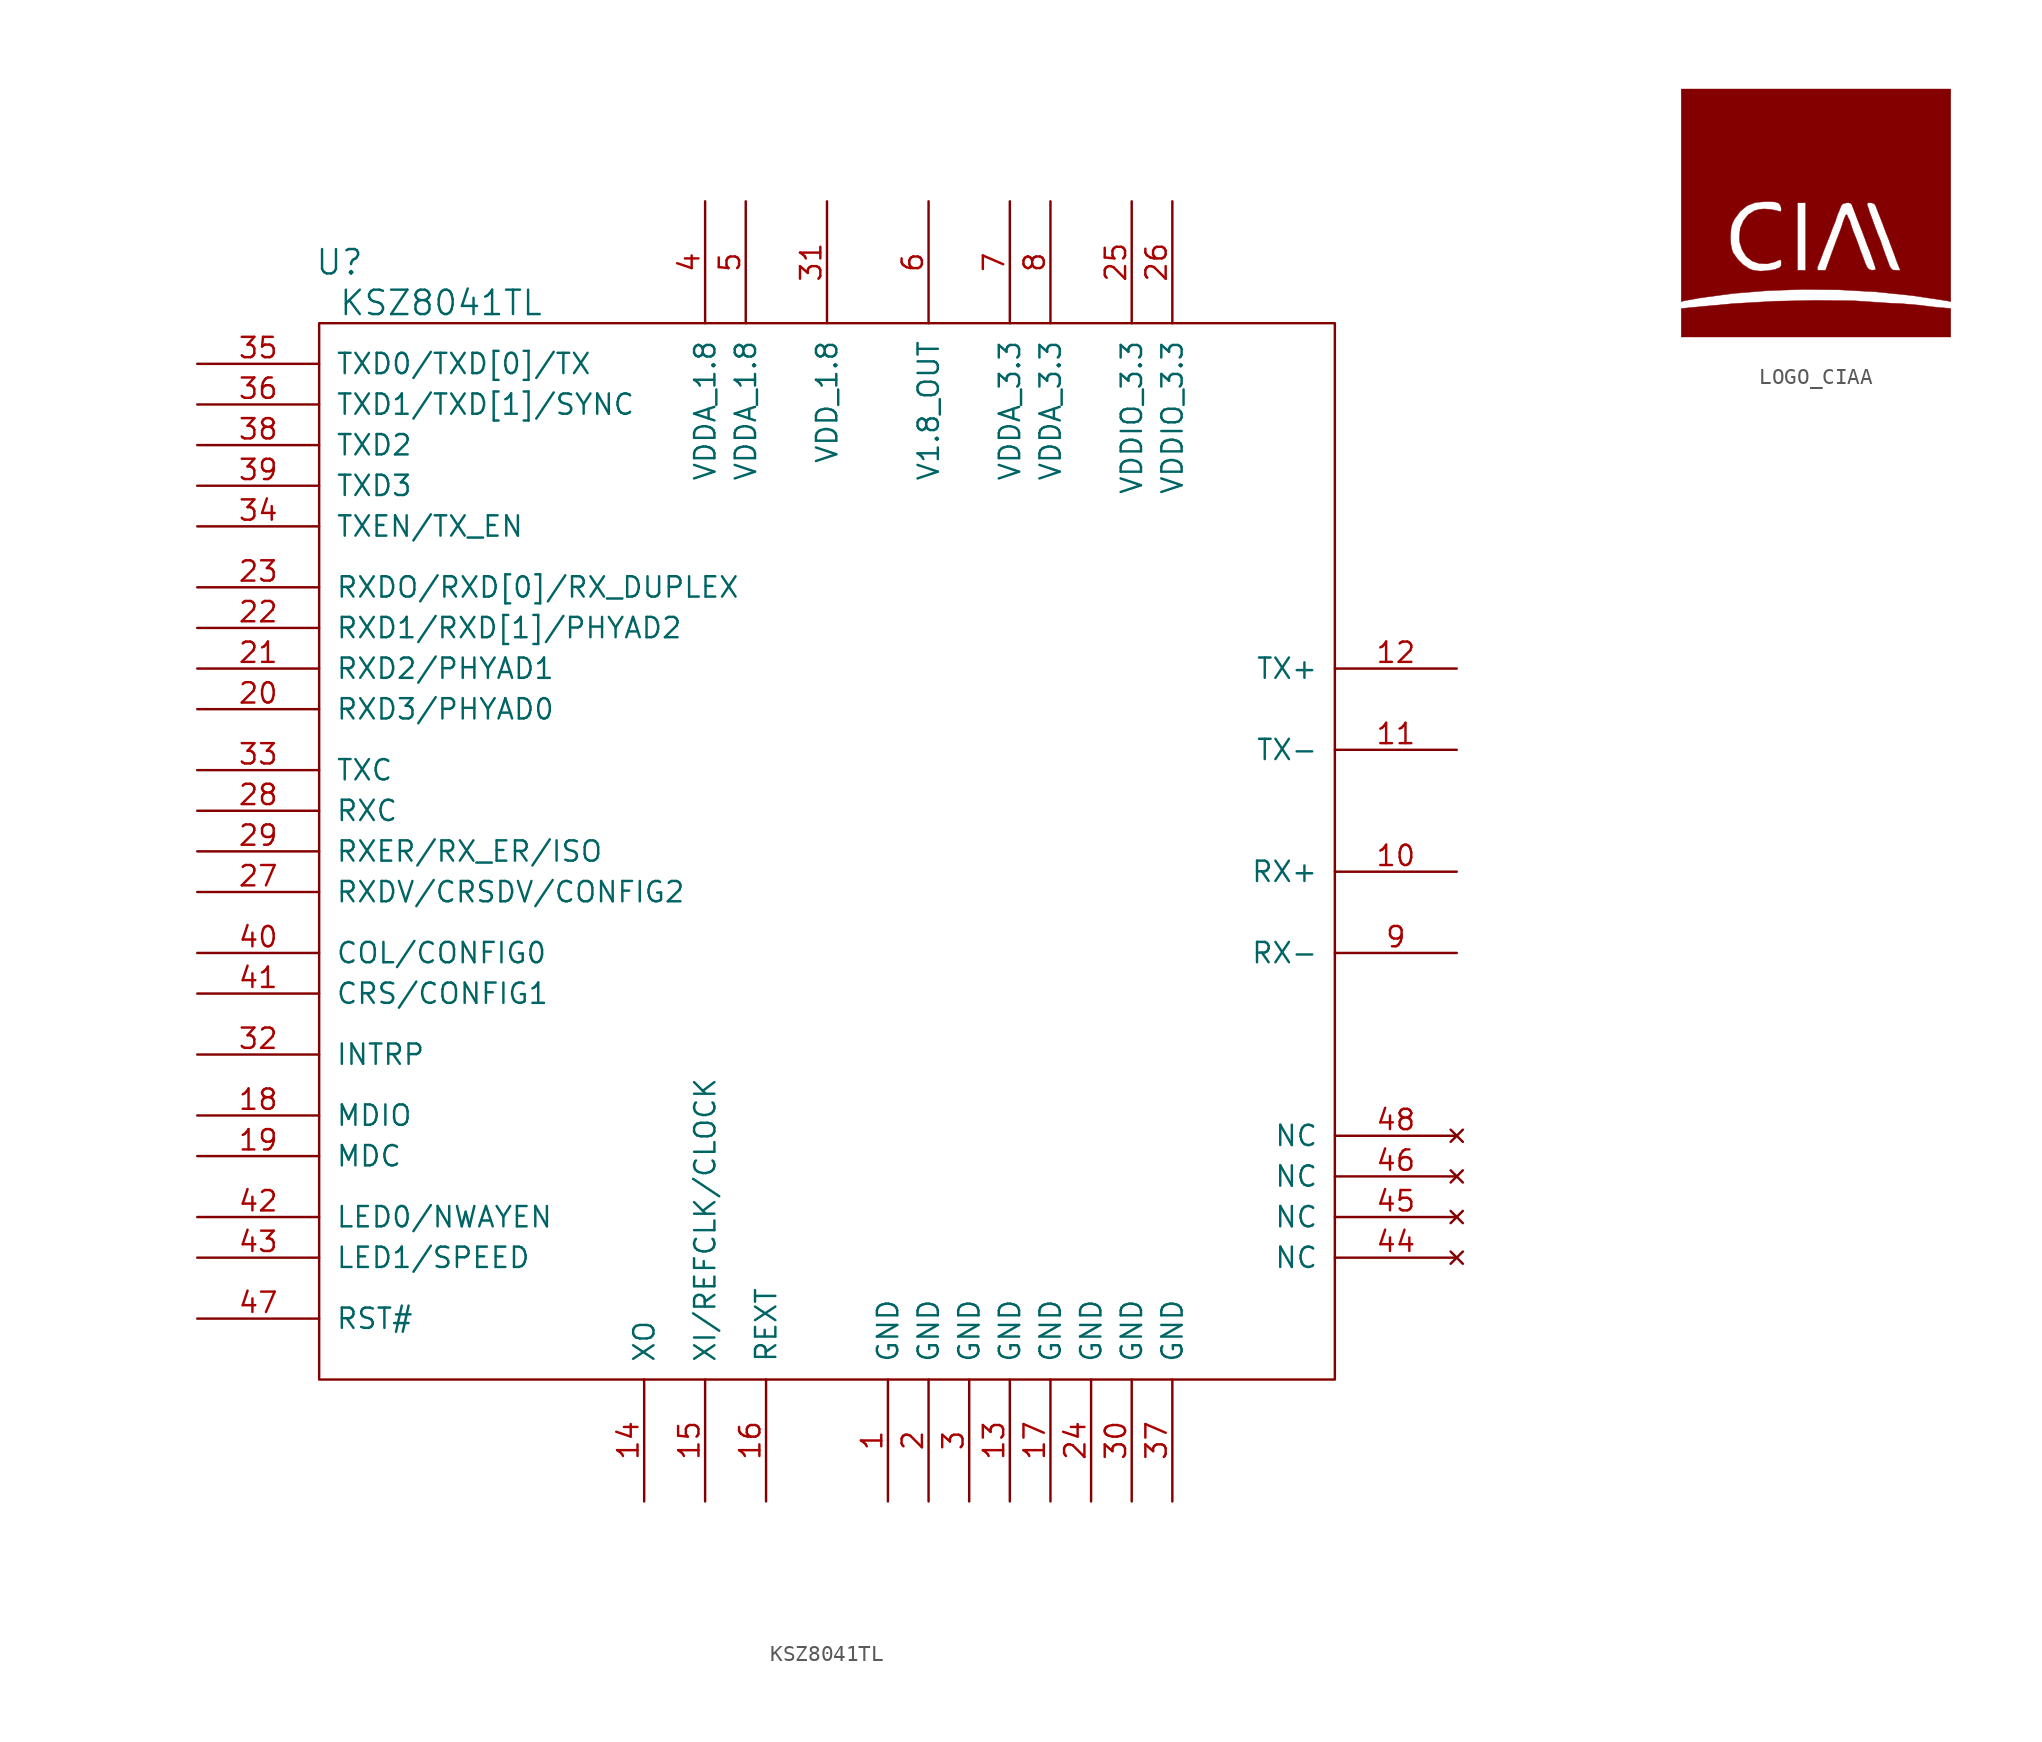
<source format=kicad_sym>
(kicad_symbol_lib
  (version 20231120)
  (generator "kicad_symbol_editor")
  (generator_version "8.0")
  (symbol "KSZ8041TL"
    (pin_names
      (offset 1.016))
    (property "Reference" "U"
      (at -24.13 20.32 0)
      (effects (font (size 1.524 1.524))))
    (property "Value" "KSZ8041TL"
      (at -17.78 17.78 0)
      (effects (font (size 1.524 1.524))))
    (property "Footprint" ""
      (at 0 0 0)
      (effects (font (size 1.524 1.524))))
    (property "Datasheet" ""
      (at 0 0 0)
      (effects (font (size 1.524 1.524))))
    (symbol "KSZ8041TL_0_1"
      (rectangle (start -25.4 16.51) (end 38.1 -49.53) (stroke (width 0) (type solid)) (fill (type none))))
    (symbol "KSZ8041TL_1_1"
      (pin power_in line (at 10.16 -57.15 90) (length 7.62) (name "GND" (effects (font (size 1.27 1.27)))) (number "1" (effects (font (size 1.27 1.27)))))
      (pin bidirectional line (at 45.72 -17.78 180) (length 7.62) (name "RX+" (effects (font (size 1.27 1.27)))) (number "10" (effects (font (size 1.27 1.27)))))
      (pin bidirectional line (at 45.72 -10.16 180) (length 7.62) (name "TX-" (effects (font (size 1.27 1.27)))) (number "11" (effects (font (size 1.27 1.27)))))
      (pin bidirectional line (at 45.72 -5.08 180) (length 7.62) (name "TX+" (effects (font (size 1.27 1.27)))) (number "12" (effects (font (size 1.27 1.27)))))
      (pin power_in line (at 17.78 -57.15 90) (length 7.62) (name "GND" (effects (font (size 1.27 1.27)))) (number "13" (effects (font (size 1.27 1.27)))))
      (pin output line (at -5.08 -57.15 90) (length 7.62) (name "XO" (effects (font (size 1.27 1.27)))) (number "14" (effects (font (size 1.27 1.27)))))
      (pin input line (at -1.27 -57.15 90) (length 7.62) (name "XI/REFCLK/CLOCK" (effects (font (size 1.27 1.27)))) (number "15" (effects (font (size 1.27 1.27)))))
      (pin bidirectional line (at 2.54 -57.15 90) (length 7.62) (name "REXT" (effects (font (size 1.27 1.27)))) (number "16" (effects (font (size 1.27 1.27)))))
      (pin power_in line (at 20.32 -57.15 90) (length 7.62) (name "GND" (effects (font (size 1.27 1.27)))) (number "17" (effects (font (size 1.27 1.27)))))
      (pin bidirectional line (at -33.02 -33.02 0) (length 7.62) (name "MDIO" (effects (font (size 1.27 1.27)))) (number "18" (effects (font (size 1.27 1.27)))))
      (pin input line (at -33.02 -35.56 0) (length 7.62) (name "MDC" (effects (font (size 1.27 1.27)))) (number "19" (effects (font (size 1.27 1.27)))))
      (pin power_in line (at 12.7 -57.15 90) (length 7.62) (name "GND" (effects (font (size 1.27 1.27)))) (number "2" (effects (font (size 1.27 1.27)))))
      (pin bidirectional line (at -33.02 -7.62 0) (length 7.62) (name "RXD3/PHYAD0" (effects (font (size 1.27 1.27)))) (number "20" (effects (font (size 1.27 1.27)))))
      (pin bidirectional line (at -33.02 -5.08 0) (length 7.62) (name "RXD2/PHYAD1" (effects (font (size 1.27 1.27)))) (number "21" (effects (font (size 1.27 1.27)))))
      (pin bidirectional line (at -33.02 -2.54 0) (length 7.62) (name "RXD1/RXD[1]/PHYAD2" (effects (font (size 1.27 1.27)))) (number "22" (effects (font (size 1.27 1.27)))))
      (pin bidirectional line (at -33.02 0 0) (length 7.62) (name "RXDO/RXD[0]/RX_DUPLEX" (effects (font (size 1.27 1.27)))) (number "23" (effects (font (size 1.27 1.27)))))
      (pin power_in line (at 22.86 -57.15 90) (length 7.62) (name "GND" (effects (font (size 1.27 1.27)))) (number "24" (effects (font (size 1.27 1.27)))))
      (pin power_in line (at 25.4 24.13 270) (length 7.62) (name "VDDIO_3.3" (effects (font (size 1.27 1.27)))) (number "25" (effects (font (size 1.27 1.27)))))
      (pin power_in line (at 27.94 24.13 270) (length 7.62) (name "VDDIO_3.3" (effects (font (size 1.27 1.27)))) (number "26" (effects (font (size 1.27 1.27)))))
      (pin bidirectional line (at -33.02 -19.05 0) (length 7.62) (name "RXDV/CRSDV/CONFIG2" (effects (font (size 1.27 1.27)))) (number "27" (effects (font (size 1.27 1.27)))))
      (pin output line (at -33.02 -13.97 0) (length 7.62) (name "RXC" (effects (font (size 1.27 1.27)))) (number "28" (effects (font (size 1.27 1.27)))))
      (pin bidirectional line (at -33.02 -16.51 0) (length 7.62) (name "RXER/RX_ER/ISO" (effects (font (size 1.27 1.27)))) (number "29" (effects (font (size 1.27 1.27)))))
      (pin power_in line (at 15.24 -57.15 90) (length 7.62) (name "GND" (effects (font (size 1.27 1.27)))) (number "3" (effects (font (size 1.27 1.27)))))
      (pin power_in line (at 25.4 -57.15 90) (length 7.62) (name "GND" (effects (font (size 1.27 1.27)))) (number "30" (effects (font (size 1.27 1.27)))))
      (pin power_in line (at 6.35 24.13 270) (length 7.62) (name "VDD_1.8" (effects (font (size 1.27 1.27)))) (number "31" (effects (font (size 1.27 1.27)))))
      (pin output line (at -33.02 -29.21 0) (length 7.62) (name "INTRP" (effects (font (size 1.27 1.27)))) (number "32" (effects (font (size 1.27 1.27)))))
      (pin bidirectional line (at -33.02 -11.43 0) (length 7.62) (name "TXC" (effects (font (size 1.27 1.27)))) (number "33" (effects (font (size 1.27 1.27)))))
      (pin input line (at -33.02 3.81 0) (length 7.62) (name "TXEN/TX_EN" (effects (font (size 1.27 1.27)))) (number "34" (effects (font (size 1.27 1.27)))))
      (pin input line (at -33.02 13.97 0) (length 7.62) (name "TXD0/TXD[0]/TX" (effects (font (size 1.27 1.27)))) (number "35" (effects (font (size 1.27 1.27)))))
      (pin input line (at -33.02 11.43 0) (length 7.62) (name "TXD1/TXD[1]/SYNC" (effects (font (size 1.27 1.27)))) (number "36" (effects (font (size 1.27 1.27)))))
      (pin power_in line (at 27.94 -57.15 90) (length 7.62) (name "GND" (effects (font (size 1.27 1.27)))) (number "37" (effects (font (size 1.27 1.27)))))
      (pin input line (at -33.02 8.89 0) (length 7.62) (name "TXD2" (effects (font (size 1.27 1.27)))) (number "38" (effects (font (size 1.27 1.27)))))
      (pin input line (at -33.02 6.35 0) (length 7.62) (name "TXD3" (effects (font (size 1.27 1.27)))) (number "39" (effects (font (size 1.27 1.27)))))
      (pin power_in line (at -1.27 24.13 270) (length 7.62) (name "VDDA_1.8" (effects (font (size 1.27 1.27)))) (number "4" (effects (font (size 1.27 1.27)))))
      (pin bidirectional line (at -33.02 -22.86 0) (length 7.62) (name "COL/CONFIG0" (effects (font (size 1.27 1.27)))) (number "40" (effects (font (size 1.27 1.27)))))
      (pin bidirectional line (at -33.02 -25.4 0) (length 7.62) (name "CRS/CONFIG1" (effects (font (size 1.27 1.27)))) (number "41" (effects (font (size 1.27 1.27)))))
      (pin bidirectional line (at -33.02 -39.37 0) (length 7.62) (name "LED0/NWAYEN" (effects (font (size 1.27 1.27)))) (number "42" (effects (font (size 1.27 1.27)))))
      (pin bidirectional line (at -33.02 -41.91 0) (length 7.62) (name "LED1/SPEED" (effects (font (size 1.27 1.27)))) (number "43" (effects (font (size 1.27 1.27)))))
      (pin no_connect line (at 45.72 -41.91 180) (length 7.62) (name "NC" (effects (font (size 1.27 1.27)))) (number "44" (effects (font (size 1.27 1.27)))))
      (pin no_connect line (at 45.72 -39.37 180) (length 7.62) (name "NC" (effects (font (size 1.27 1.27)))) (number "45" (effects (font (size 1.27 1.27)))))
      (pin no_connect line (at 45.72 -36.83 180) (length 7.62) (name "NC" (effects (font (size 1.27 1.27)))) (number "46" (effects (font (size 1.27 1.27)))))
      (pin input line (at -33.02 -45.72 0) (length 7.62) (name "RST#" (effects (font (size 1.27 1.27)))) (number "47" (effects (font (size 1.27 1.27)))))
      (pin no_connect line (at 45.72 -34.29 180) (length 7.62) (name "NC" (effects (font (size 1.27 1.27)))) (number "48" (effects (font (size 1.27 1.27)))))
      (pin power_in line (at 1.27 24.13 270) (length 7.62) (name "VDDA_1.8" (effects (font (size 1.27 1.27)))) (number "5" (effects (font (size 1.27 1.27)))))
      (pin power_out line (at 12.7 24.13 270) (length 7.62) (name "V1.8_OUT" (effects (font (size 1.27 1.27)))) (number "6" (effects (font (size 1.27 1.27)))))
      (pin power_in line (at 17.78 24.13 270) (length 7.62) (name "VDDA_3.3" (effects (font (size 1.27 1.27)))) (number "7" (effects (font (size 1.27 1.27)))))
      (pin power_in line (at 20.32 24.13 270) (length 7.62) (name "VDDA_3.3" (effects (font (size 1.27 1.27)))) (number "8" (effects (font (size 1.27 1.27)))))
      (pin bidirectional line (at 45.72 -22.86 180) (length 7.62) (name "RX-" (effects (font (size 1.27 1.27)))) (number "9" (effects (font (size 1.27 1.27)))))))
  (symbol "LOGO_CIAA"
    (pin_names
      (offset 1.016))
    (property "Reference" "#G"
      (at 0 -14.554 0)
      (effects (font (size 1.524 1.524)) (hide yes)))
    (property "Footprint" ""
      (at 0 0 0)
      (effects (font (size 1.524 1.524))))
    (property "Datasheet" ""
      (at 0 0 0)
      (effects (font (size 1.524 1.524))))
    (symbol "LOGO_CIAA_0_0"
      (polyline (pts (xy 8.458 -6.02) (xy 7.925 -5.969) (xy 7.823 -5.969) (xy 7.137 -5.893) (xy 6.553 -5.817) (xy 5.969 -5.766) (xy 5.385 -5.715) (xy 4.75 -5.69) (xy 3.962 -5.639) (xy 2.438 -5.537) (xy -0.025 -5.512) (xy -2.54 -5.563) (xy -5.156 -5.715) (xy -7.874 -5.969) (xy -8.382 -6.02) (xy -8.382 -6.909) (xy -8.382 -7.798) (xy 0.025 -7.798) (xy 8.458 -7.798) (xy 8.458 -6.909) (xy 8.458 -6.02) (xy 8.458 -6.02)) (stroke (width 0.025) (type solid)) (fill (type outline)))
      (polyline (pts (xy 8.458 7.696) (xy 5.309 7.696) (xy 5.309 -3.632) (xy 5.029 -3.632) (xy 4.826 -3.607) (xy 4.699 -3.48) (xy 4.623 -3.327) (xy 4.521 -3.048) (xy 4.369 -2.642) (xy 4.216 -2.21) (xy 4.039 -1.702) (xy 3.835 -1.219) (xy 3.785 -1.067) (xy 3.785 -3.581) (xy 3.708 -3.607) (xy 3.531 -3.632) (xy 3.454 -3.607) (xy 3.378 -3.581) (xy 3.277 -3.505) (xy 3.2 -3.378) (xy 3.099 -3.15) (xy 2.972 -2.794) (xy 2.794 -2.337) (xy 2.718 -2.108) (xy 2.54 -1.626) (xy 2.362 -1.194) (xy 2.235 -0.813) (xy 2.159 -0.559) (xy 2.057 -0.356) (xy 1.981 -0.178) (xy 1.93 -0.152) (xy 1.905 -0.178) (xy 1.829 -0.33) (xy 1.727 -0.61) (xy 1.626 -0.94) (xy 1.524 -1.219) (xy 1.346 -1.676) (xy 1.168 -2.159) (xy 0.991 -2.642) (xy 0.635 -3.632) (xy 0.356 -3.632) (xy 0.203 -3.632) (xy 0.102 -3.581) (xy 0.127 -3.48) (xy 0.127 -3.429) (xy 0.229 -3.2) (xy 0.356 -2.87) (xy 0.508 -2.464) (xy 0.686 -2.007) (xy 0.889 -1.499) (xy 1.067 -1.016) (xy 1.245 -0.584) (xy 1.372 -0.178) (xy 1.499 0.102) (xy 1.549 0.254) (xy 1.626 0.432) (xy 1.727 0.533) (xy 1.956 0.584) (xy 2.057 0.584) (xy 2.21 0.559) (xy 2.286 0.457) (xy 2.311 0.381) (xy 2.388 0.178) (xy 2.515 -0.152) (xy 2.667 -0.559) (xy 2.87 -1.067) (xy 3.073 -1.6) (xy 3.2 -1.956) (xy 3.404 -2.464) (xy 3.556 -2.896) (xy 3.683 -3.251) (xy 3.759 -3.48) (xy 3.785 -3.581) (xy 3.785 -1.067) (xy 3.658 -0.737) (xy 3.505 -0.305) (xy 3.378 0.025) (xy 3.302 0.279) (xy 3.251 0.406) (xy 3.226 0.508) (xy 3.277 0.584) (xy 3.454 0.584) (xy 3.48 0.584) (xy 3.683 0.533) (xy 3.785 0.356) (xy 3.886 0.076) (xy 4.039 -0.305) (xy 4.216 -0.762) (xy 4.394 -1.245) (xy 4.597 -1.753) (xy 4.775 -2.235) (xy 4.928 -2.642) (xy 5.055 -2.997) (xy 5.131 -3.2) (xy 5.309 -3.632) (xy 5.309 7.696) (xy 0.025 7.696) (xy -0.61 7.696) (xy -0.61 0.584) (xy -0.61 -1.524) (xy -0.61 -3.632) (xy -0.864 -3.632) (xy -1.118 -3.632) (xy -1.118 -1.524) (xy -1.118 0.584) (xy -0.864 0.584) (xy -0.61 0.584) (xy -0.61 7.696) (xy -2.134 7.696) (xy -2.134 0.254) (xy -2.134 0.102) (xy -2.159 0.025) (xy -2.261 0.051) (xy -2.438 0.102) (xy -2.819 0.178) (xy -3.2 0.203) (xy -3.48 0.178) (xy -3.785 0.102) (xy -4.191 -0.152) (xy -4.496 -0.533) (xy -4.699 -1.016) (xy -4.75 -1.6) (xy -4.724 -1.905) (xy -4.572 -2.362) (xy -4.318 -2.769) (xy -3.962 -3.048) (xy -3.531 -3.2) (xy -3.023 -3.226) (xy -2.515 -3.099) (xy -2.311 -2.997) (xy -2.184 -2.972) (xy -2.134 -3.048) (xy -2.134 -3.2) (xy -2.134 -3.327) (xy -2.21 -3.454) (xy -2.413 -3.531) (xy -2.515 -3.581) (xy -2.997 -3.658) (xy -3.454 -3.683) (xy -3.886 -3.632) (xy -4.14 -3.531) (xy -4.521 -3.277) (xy -4.851 -2.946) (xy -5.105 -2.591) (xy -5.156 -2.515) (xy -5.232 -2.261) (xy -5.283 -1.981) (xy -5.309 -1.575) (xy -5.283 -1.194) (xy -5.258 -0.94) (xy -5.182 -0.686) (xy -5.055 -0.432) (xy -4.699 0.051) (xy -4.267 0.406) (xy -3.734 0.61) (xy -3.099 0.66) (xy -2.794 0.66) (xy -2.489 0.635) (xy -2.286 0.559) (xy -2.184 0.432) (xy -2.134 0.254) (xy -2.134 7.696) (xy -8.382 7.696) (xy -8.382 1.067) (xy -8.382 -5.588) (xy -8.204 -5.537) (xy -7.214 -5.359) (xy -5.156 -5.08) (xy -2.972 -4.902) (xy -0.762 -4.826) (xy 1.499 -4.851) (xy 3.785 -4.978) (xy 6.02 -5.207) (xy 8.23 -5.537) (xy 8.458 -5.588) (xy 8.458 1.067) (xy 8.458 7.696) (xy 8.458 7.696)) (stroke (width 0.025) (type solid)) (fill (type outline)))
      (text "FSL" (at -4.064 4.445 0) (effects (font (size 1.524 1.524) (italic yes)))))
    (symbol "LOGO_CIAA_0_1"
      (rectangle (start -7.366 6.477) (end -1.016 2.667) (stroke (width 0) (type solid)) (fill (type none))))))
</source>
